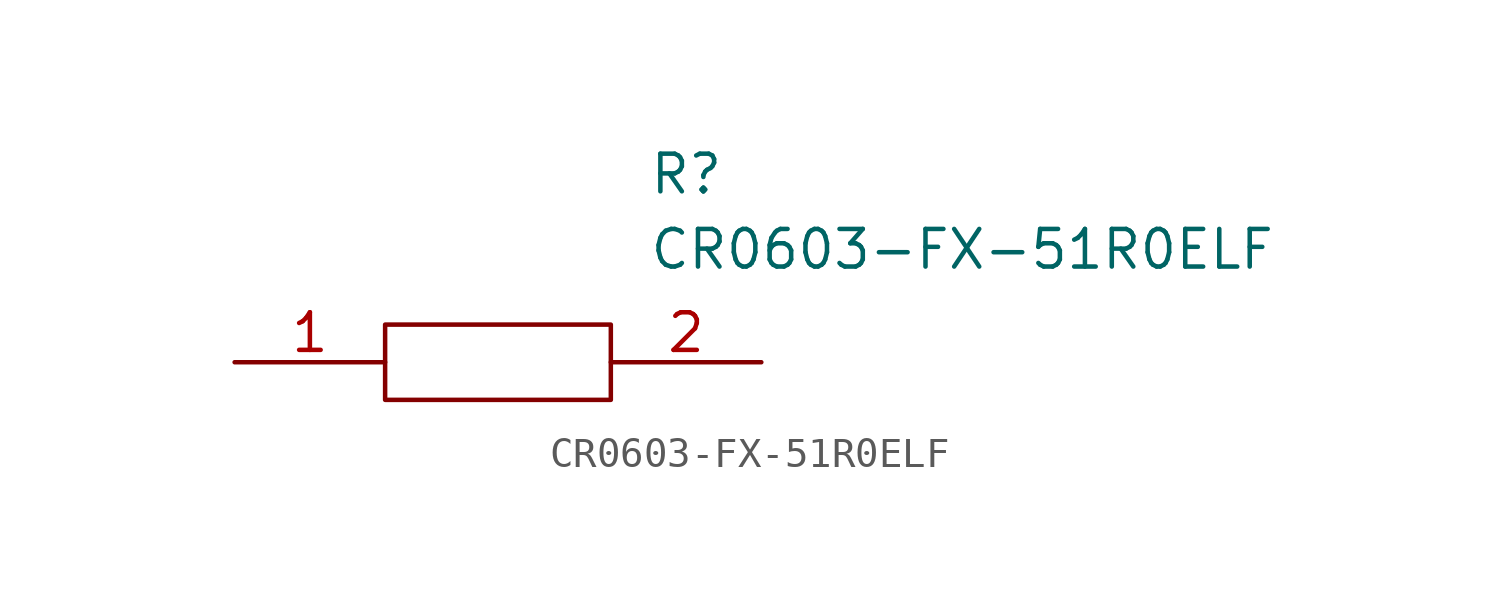
<source format=kicad_sym>
(kicad_symbol_lib
  (version 20211014)
  (generator kicad_symbol_editor)
  (symbol "CR0603-FX-51R0ELF"
    (pin_names
      (offset 0.762))
    (property "Reference" "R"
      (at 13.97 6.35 0)
      (effects (font (size 1.27 1.27)) (justify left)))
    (property "Value" "CR0603-FX-51R0ELF"
      (at 13.97 3.81 0)
      (effects (font (size 1.27 1.27)) (justify left)))
    (symbol "CR0603-FX-51R0ELF_0_0"
      (pin passive line (at 0 0 0) (length 5.08) (name "~" (effects (font (size 1.27 1.27)))) (number "1" (effects (font (size 1.27 1.27)))))
      (pin passive line (at 17.78 0 180) (length 5.08) (name "~" (effects (font (size 1.27 1.27)))) (number "2" (effects (font (size 1.27 1.27))))))
    (symbol "CR0603-FX-51R0ELF_0_1"
      (polyline (pts (xy 5.08 1.27) (xy 12.7 1.27) (xy 12.7 -1.27) (xy 5.08 -1.27) (xy 5.08 1.27)) (stroke (width 0.152) (type default) (color 0 0 0 0)) (fill (type none))))))
</source>
